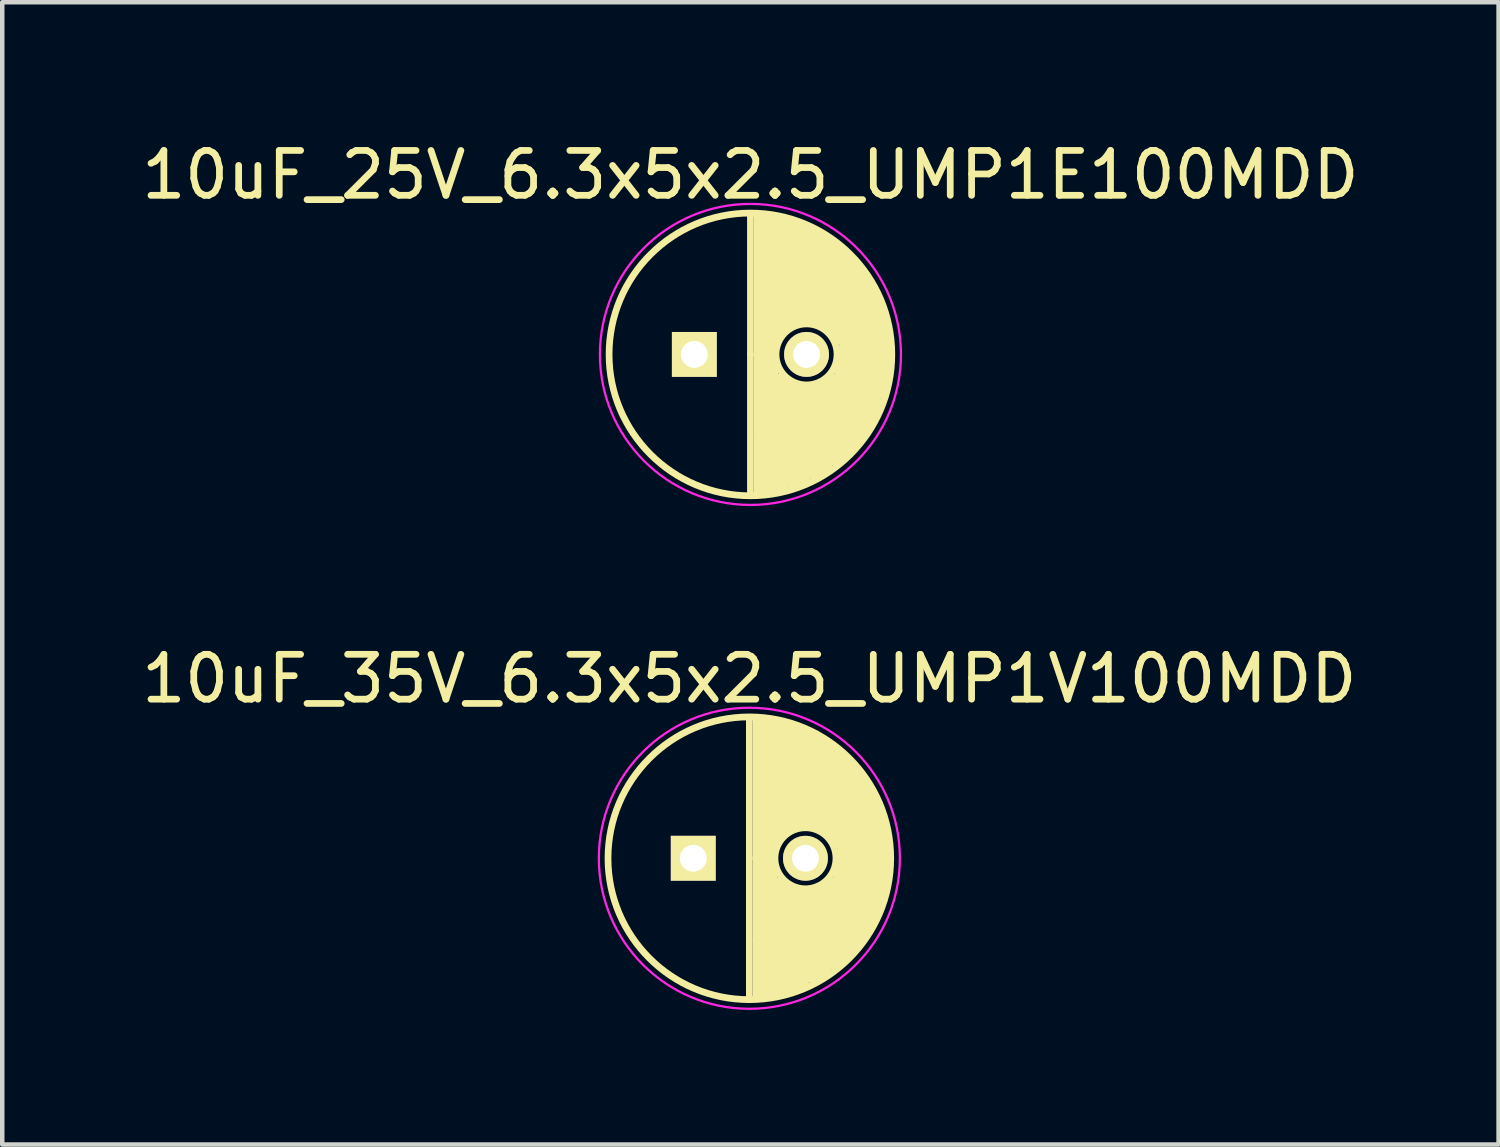
<source format=kicad_pcb>
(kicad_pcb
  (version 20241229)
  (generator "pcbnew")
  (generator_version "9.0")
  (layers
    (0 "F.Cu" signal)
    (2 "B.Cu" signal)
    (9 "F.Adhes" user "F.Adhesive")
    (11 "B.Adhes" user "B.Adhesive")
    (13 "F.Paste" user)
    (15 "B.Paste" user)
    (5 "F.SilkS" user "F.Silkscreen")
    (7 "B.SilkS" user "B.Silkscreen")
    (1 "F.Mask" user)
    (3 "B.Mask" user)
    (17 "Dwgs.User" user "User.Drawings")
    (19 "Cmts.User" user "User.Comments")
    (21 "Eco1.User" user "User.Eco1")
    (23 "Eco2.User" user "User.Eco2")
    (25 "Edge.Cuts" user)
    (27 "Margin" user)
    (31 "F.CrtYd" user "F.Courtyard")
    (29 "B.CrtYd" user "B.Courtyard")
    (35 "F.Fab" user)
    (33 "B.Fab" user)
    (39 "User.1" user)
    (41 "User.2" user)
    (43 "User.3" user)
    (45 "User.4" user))
  (footprint "10uF_35V_6.3x5x2.5_UMP1V100MDD"
    (layer "F.Cu")
    (at 13.649 16.076)
    (property "Reference" "10uF_35V_6.3x5x2.5_UMP1V100MDD" (at 0 -4 0) (layer "F.SilkS") (effects (font (size 1 1) (thickness 0.15))))
    (attr through_hole)
    (fp_line (start 0 0) (end 0 -3.1) (stroke (width 0.15) (type solid)) (layer "F.SilkS"))
    (fp_line (start 0 0) (end 0 3.1) (stroke (width 0.15) (type solid)) (layer "F.SilkS"))
    (fp_line (start 0.15 1.8) (end 0.15 -3.1) (stroke (width 0.15) (type solid)) (layer "F.SilkS"))
    (fp_line (start 0.15 3.1) (end 0.15 1.8) (stroke (width 0.15) (type solid)) (layer "F.SilkS"))
    (fp_line (start 0.25 -3.1) (end 0.25 3.1) (stroke (width 0.15) (type solid)) (layer "F.SilkS"))
    (fp_line (start 0.35 3) (end 0.35 -3) (stroke (width 0.15) (type solid)) (layer "F.SilkS"))
    (fp_line (start 0.45 -3.1) (end 0.45 3.1) (stroke (width 0.15) (type solid)) (layer "F.SilkS"))
    (fp_line (start 0.55 -3) (end 0.55 -0.2) (stroke (width 0.15) (type solid)) (layer "F.SilkS"))
    (fp_line (start 0.55 0.2) (end 0.55 3) (stroke (width 0.15) (type solid)) (layer "F.SilkS"))
    (fp_line (start 0.65 -3) (end 0.55 -3) (stroke (width 0.15) (type solid)) (layer "F.SilkS"))
    (fp_line (start 0.65 -0.4) (end 0.65 -3) (stroke (width 0.15) (type solid)) (layer "F.SilkS"))
    (fp_line (start 0.65 3) (end 0.65 0.5) (stroke (width 0.15) (type solid)) (layer "F.SilkS"))
    (fp_line (start 0.75 -3) (end 0.75 -0.6) (stroke (width 0.15) (type solid)) (layer "F.SilkS"))
    (fp_line (start 0.75 -0.6) (end 0.65 -0.4) (stroke (width 0.15) (type solid)) (layer "F.SilkS"))
    (fp_line (start 0.75 0.5) (end 0.75 3) (stroke (width 0.15) (type solid)) (layer "F.SilkS"))
    (fp_line (start 0.85 -2.9) (end 0.75 -3) (stroke (width 0.15) (type solid)) (layer "F.SilkS"))
    (fp_line (start 0.85 -0.6) (end 0.85 -2.9) (stroke (width 0.15) (type solid)) (layer "F.SilkS"))
    (fp_line (start 0.85 2.9) (end 0.85 0.6) (stroke (width 0.15) (type solid)) (layer "F.SilkS"))
    (fp_line (start 0.95 -2.9) (end 0.95 -0.7) (stroke (width 0.15) (type solid)) (layer "F.SilkS"))
    (fp_line (start 0.95 -0.7) (end 0.85 -0.6) (stroke (width 0.15) (type solid)) (layer "F.SilkS"))
    (fp_line (start 0.95 0.7) (end 0.95 2.9) (stroke (width 0.15) (type solid)) (layer "F.SilkS"))
    (fp_line (start 1.05 -2.9) (end 1.15 -2.8) (stroke (width 0.15) (type solid)) (layer "F.SilkS"))
    (fp_line (start 1.05 -2.8) (end 0.95 -2.9) (stroke (width 0.15) (type solid)) (layer "F.SilkS"))
    (fp_line (start 1.05 -0.7) (end 1.05 -2.8) (stroke (width 0.15) (type solid)) (layer "F.SilkS"))
    (fp_line (start 1.05 2.9) (end 1.05 0.7) (stroke (width 0.15) (type solid)) (layer "F.SilkS"))
    (fp_line (start 1.15 -2.8) (end 1.15 -0.7) (stroke (width 0.15) (type solid)) (layer "F.SilkS"))
    (fp_line (start 1.15 -0.7) (end 1.05 -0.7) (stroke (width 0.15) (type solid)) (layer "F.SilkS"))
    (fp_line (start 1.15 0.7) (end 1.15 2.8) (stroke (width 0.15) (type solid)) (layer "F.SilkS"))
    (fp_line (start 1.25 -2.8) (end 1.05 -2.9) (stroke (width 0.15) (type solid)) (layer "F.SilkS"))
    (fp_line (start 1.25 -0.8) (end 1.25 -2.8) (stroke (width 0.15) (type solid)) (layer "F.SilkS"))
    (fp_line (start 1.25 2.8) (end 1.25 0.8) (stroke (width 0.15) (type solid)) (layer "F.SilkS"))
    (fp_line (start 1.35 -2.8) (end 1.35 -0.7) (stroke (width 0.15) (type solid)) (layer "F.SilkS"))
    (fp_line (start 1.35 -0.7) (end 1.25 -0.8) (stroke (width 0.15) (type solid)) (layer "F.SilkS"))
    (fp_line (start 1.35 0.7) (end 1.35 2.7) (stroke (width 0.15) (type solid)) (layer "F.SilkS"))
    (fp_line (start 1.45 -2.7) (end 1.35 -2.8) (stroke (width 0.15) (type solid)) (layer "F.SilkS"))
    (fp_line (start 1.45 -0.7) (end 1.45 -2.7) (stroke (width 0.15) (type solid)) (layer "F.SilkS"))
    (fp_line (start 1.45 2.7) (end 1.45 0.7) (stroke (width 0.15) (type solid)) (layer "F.SilkS"))
    (fp_line (start 1.55 -2.7) (end 1.55 -0.7) (stroke (width 0.15) (type solid)) (layer "F.SilkS"))
    (fp_line (start 1.55 -0.7) (end 1.45 -0.7) (stroke (width 0.15) (type solid)) (layer "F.SilkS"))
    (fp_line (start 1.55 0.7) (end 1.55 2.6) (stroke (width 0.15) (type solid)) (layer "F.SilkS"))
    (fp_line (start 1.65 -2.6) (end 1.55 -2.7) (stroke (width 0.15) (type solid)) (layer "F.SilkS"))
    (fp_line (start 1.65 -2.5) (end 1.85 -2.5) (stroke (width 0.15) (type solid)) (layer "F.SilkS"))
    (fp_line (start 1.65 -0.6) (end 1.65 -2.6) (stroke (width 0.15) (type solid)) (layer "F.SilkS"))
    (fp_line (start 1.65 2.6) (end 1.65 0.6) (stroke (width 0.15) (type solid)) (layer "F.SilkS"))
    (fp_line (start 1.75 -2.5) (end 1.75 -0.6) (stroke (width 0.15) (type solid)) (layer "F.SilkS"))
    (fp_line (start 1.75 0.6) (end 1.75 2.5) (stroke (width 0.15) (type solid)) (layer "F.SilkS"))
    (fp_line (start 1.85 -0.4) (end 1.85 -2.4) (stroke (width 0.15) (type solid)) (layer "F.SilkS"))
    (fp_line (start 1.85 2.4) (end 1.85 0.5) (stroke (width 0.15) (type solid)) (layer "F.SilkS"))
    (fp_line (start 1.95 -2.4) (end 1.95 -0.3) (stroke (width 0.15) (type solid)) (layer "F.SilkS"))
    (fp_line (start 1.95 0.2) (end 1.95 0.4) (stroke (width 0.15) (type solid)) (layer "F.SilkS"))
    (fp_line (start 1.95 0.4) (end 1.95 2.4) (stroke (width 0.15) (type solid)) (layer "F.SilkS"))
    (fp_line (start 2.05 -2.3) (end 2.15 -2.2) (stroke (width 0.15) (type solid)) (layer "F.SilkS"))
    (fp_line (start 2.05 0) (end 2.05 -2.3) (stroke (width 0.15) (type solid)) (layer "F.SilkS"))
    (fp_line (start 2.05 2.3) (end 2.05 0) (stroke (width 0.15) (type solid)) (layer "F.SilkS"))
    (fp_line (start 2.15 -2.1) (end 2.15 2.2) (stroke (width 0.15) (type solid)) (layer "F.SilkS"))
    (fp_line (start 2.15 2.2) (end 2.25 2.1) (stroke (width 0.15) (type solid)) (layer "F.SilkS"))
    (fp_line (start 2.25 -2.1) (end 2.35 -1.9) (stroke (width 0.15) (type solid)) (layer "F.SilkS"))
    (fp_line (start 2.25 2.1) (end 2.25 -2.1) (stroke (width 0.15) (type solid)) (layer "F.SilkS"))
    (fp_line (start 2.35 -1.9) (end 2.35 2) (stroke (width 0.15) (type solid)) (layer "F.SilkS"))
    (fp_line (start 2.35 2) (end 2.45 1.8) (stroke (width 0.15) (type solid)) (layer "F.SilkS"))
    (fp_line (start 2.45 -1.9) (end 2.55 -1.7) (stroke (width 0.15) (type solid)) (layer "F.SilkS"))
    (fp_line (start 2.45 1.8) (end 2.45 -1.9) (stroke (width 0.15) (type solid)) (layer "F.SilkS"))
    (fp_line (start 2.55 -1.7) (end 2.55 1.7) (stroke (width 0.15) (type solid)) (layer "F.SilkS"))
    (fp_line (start 2.55 -1.7) (end 2.65 -1.5) (stroke (width 0.15) (type solid)) (layer "F.SilkS"))
    (fp_line (start 2.55 1.7) (end 2.65 1.5) (stroke (width 0.15) (type solid)) (layer "F.SilkS"))
    (fp_line (start 2.65 -1.5) (end 2.75 -1.3) (stroke (width 0.15) (type solid)) (layer "F.SilkS"))
    (fp_line (start 2.65 1.5) (end 2.65 -1.5) (stroke (width 0.15) (type solid)) (layer "F.SilkS"))
    (fp_line (start 2.75 -1.3) (end 2.75 1.4) (stroke (width 0.15) (type solid)) (layer "F.SilkS"))
    (fp_line (start 2.75 1.4) (end 2.85 1.1) (stroke (width 0.15) (type solid)) (layer "F.SilkS"))
    (fp_line (start 2.85 -1.2) (end 2.95 -0.7) (stroke (width 0.15) (type solid)) (layer "F.SilkS"))
    (fp_line (start 2.85 1.1) (end 2.85 -1.2) (stroke (width 0.15) (type solid)) (layer "F.SilkS"))
    (fp_line (start 2.95 -0.7) (end 2.95 0.9) (stroke (width 0.15) (type solid)) (layer "F.SilkS"))
    (fp_line (start 2.95 0.9) (end 3.05 0.3) (stroke (width 0.15) (type solid)) (layer "F.SilkS"))
    (fp_line (start 3.05 0.3) (end 3.05 -0.5) (stroke (width 0.15) (type solid)) (layer "F.SilkS"))
    (fp_circle (center 0 0) (end 0 3.15) (stroke (width 0.15) (type solid)) (fill no) (layer "F.SilkS"))
    (fp_circle (center 1.25 0) (end 1.65 0.55) (stroke (width 0.15) (type solid)) (fill no) (layer "F.SilkS"))
    (fp_circle (center 0 0) (end 0.6 3.3) (stroke (width 0.05) (type solid)) (fill no) (layer "F.CrtYd"))
    (pad "1" thru_hole rect (at -1.25 0) (size 1 1) (drill 0.6) (layers "*.Cu" "*.Mask" "F.SilkS"))
    (pad "2" thru_hole circle (at 1.25 0) (size 1 1) (drill 0.6) (layers "*.Cu" "*.Mask" "F.SilkS")))
  (footprint "10uF_25V_6.3x5x2.5_UMP1E100MDD"
    (layer "F.Cu")
    (at 13.673 4.848)
    (property "Reference" "10uF_25V_6.3x5x2.5_UMP1E100MDD" (at 0 -4 0) (layer "F.SilkS") (effects (font (size 1 1) (thickness 0.15))))
    (attr through_hole)
    (fp_line (start 0 0) (end 0 -3.1) (stroke (width 0.15) (type solid)) (layer "F.SilkS"))
    (fp_line (start 0 0) (end 0 3.1) (stroke (width 0.15) (type solid)) (layer "F.SilkS"))
    (fp_line (start 0.15 1.8) (end 0.15 -3.1) (stroke (width 0.15) (type solid)) (layer "F.SilkS"))
    (fp_line (start 0.15 3.1) (end 0.15 1.8) (stroke (width 0.15) (type solid)) (layer "F.SilkS"))
    (fp_line (start 0.25 -3.1) (end 0.25 3.1) (stroke (width 0.15) (type solid)) (layer "F.SilkS"))
    (fp_line (start 0.35 3) (end 0.35 -3) (stroke (width 0.15) (type solid)) (layer "F.SilkS"))
    (fp_line (start 0.45 -3.1) (end 0.45 3.1) (stroke (width 0.15) (type solid)) (layer "F.SilkS"))
    (fp_line (start 0.55 -3) (end 0.55 -0.2) (stroke (width 0.15) (type solid)) (layer "F.SilkS"))
    (fp_line (start 0.55 0.2) (end 0.55 3) (stroke (width 0.15) (type solid)) (layer "F.SilkS"))
    (fp_line (start 0.65 -3) (end 0.55 -3) (stroke (width 0.15) (type solid)) (layer "F.SilkS"))
    (fp_line (start 0.65 -0.4) (end 0.65 -3) (stroke (width 0.15) (type solid)) (layer "F.SilkS"))
    (fp_line (start 0.65 3) (end 0.65 0.5) (stroke (width 0.15) (type solid)) (layer "F.SilkS"))
    (fp_line (start 0.75 -3) (end 0.75 -0.6) (stroke (width 0.15) (type solid)) (layer "F.SilkS"))
    (fp_line (start 0.75 -0.6) (end 0.65 -0.4) (stroke (width 0.15) (type solid)) (layer "F.SilkS"))
    (fp_line (start 0.75 0.5) (end 0.75 3) (stroke (width 0.15) (type solid)) (layer "F.SilkS"))
    (fp_line (start 0.85 -2.9) (end 0.75 -3) (stroke (width 0.15) (type solid)) (layer "F.SilkS"))
    (fp_line (start 0.85 -0.6) (end 0.85 -2.9) (stroke (width 0.15) (type solid)) (layer "F.SilkS"))
    (fp_line (start 0.85 2.9) (end 0.85 0.6) (stroke (width 0.15) (type solid)) (layer "F.SilkS"))
    (fp_line (start 0.95 -2.9) (end 0.95 -0.7) (stroke (width 0.15) (type solid)) (layer "F.SilkS"))
    (fp_line (start 0.95 -0.7) (end 0.85 -0.6) (stroke (width 0.15) (type solid)) (layer "F.SilkS"))
    (fp_line (start 0.95 0.7) (end 0.95 2.9) (stroke (width 0.15) (type solid)) (layer "F.SilkS"))
    (fp_line (start 1.05 -2.9) (end 1.15 -2.8) (stroke (width 0.15) (type solid)) (layer "F.SilkS"))
    (fp_line (start 1.05 -2.8) (end 0.95 -2.9) (stroke (width 0.15) (type solid)) (layer "F.SilkS"))
    (fp_line (start 1.05 -0.7) (end 1.05 -2.8) (stroke (width 0.15) (type solid)) (layer "F.SilkS"))
    (fp_line (start 1.05 2.9) (end 1.05 0.7) (stroke (width 0.15) (type solid)) (layer "F.SilkS"))
    (fp_line (start 1.15 -2.8) (end 1.15 -0.7) (stroke (width 0.15) (type solid)) (layer "F.SilkS"))
    (fp_line (start 1.15 -0.7) (end 1.05 -0.7) (stroke (width 0.15) (type solid)) (layer "F.SilkS"))
    (fp_line (start 1.15 0.7) (end 1.15 2.8) (stroke (width 0.15) (type solid)) (layer "F.SilkS"))
    (fp_line (start 1.25 -2.8) (end 1.05 -2.9) (stroke (width 0.15) (type solid)) (layer "F.SilkS"))
    (fp_line (start 1.25 -0.8) (end 1.25 -2.8) (stroke (width 0.15) (type solid)) (layer "F.SilkS"))
    (fp_line (start 1.25 2.8) (end 1.25 0.8) (stroke (width 0.15) (type solid)) (layer "F.SilkS"))
    (fp_line (start 1.35 -2.8) (end 1.35 -0.7) (stroke (width 0.15) (type solid)) (layer "F.SilkS"))
    (fp_line (start 1.35 -0.7) (end 1.25 -0.8) (stroke (width 0.15) (type solid)) (layer "F.SilkS"))
    (fp_line (start 1.35 0.7) (end 1.35 2.7) (stroke (width 0.15) (type solid)) (layer "F.SilkS"))
    (fp_line (start 1.45 -2.7) (end 1.35 -2.8) (stroke (width 0.15) (type solid)) (layer "F.SilkS"))
    (fp_line (start 1.45 -0.7) (end 1.45 -2.7) (stroke (width 0.15) (type solid)) (layer "F.SilkS"))
    (fp_line (start 1.45 2.7) (end 1.45 0.7) (stroke (width 0.15) (type solid)) (layer "F.SilkS"))
    (fp_line (start 1.55 -2.7) (end 1.55 -0.7) (stroke (width 0.15) (type solid)) (layer "F.SilkS"))
    (fp_line (start 1.55 -0.7) (end 1.45 -0.7) (stroke (width 0.15) (type solid)) (layer "F.SilkS"))
    (fp_line (start 1.55 0.7) (end 1.55 2.6) (stroke (width 0.15) (type solid)) (layer "F.SilkS"))
    (fp_line (start 1.65 -2.6) (end 1.55 -2.7) (stroke (width 0.15) (type solid)) (layer "F.SilkS"))
    (fp_line (start 1.65 -2.5) (end 1.85 -2.5) (stroke (width 0.15) (type solid)) (layer "F.SilkS"))
    (fp_line (start 1.65 -0.6) (end 1.65 -2.6) (stroke (width 0.15) (type solid)) (layer "F.SilkS"))
    (fp_line (start 1.65 2.6) (end 1.65 0.6) (stroke (width 0.15) (type solid)) (layer "F.SilkS"))
    (fp_line (start 1.75 -2.5) (end 1.75 -0.6) (stroke (width 0.15) (type solid)) (layer "F.SilkS"))
    (fp_line (start 1.75 0.6) (end 1.75 2.5) (stroke (width 0.15) (type solid)) (layer "F.SilkS"))
    (fp_line (start 1.85 -0.4) (end 1.85 -2.4) (stroke (width 0.15) (type solid)) (layer "F.SilkS"))
    (fp_line (start 1.85 2.4) (end 1.85 0.5) (stroke (width 0.15) (type solid)) (layer "F.SilkS"))
    (fp_line (start 1.95 -2.4) (end 1.95 -0.3) (stroke (width 0.15) (type solid)) (layer "F.SilkS"))
    (fp_line (start 1.95 0.2) (end 1.95 0.4) (stroke (width 0.15) (type solid)) (layer "F.SilkS"))
    (fp_line (start 1.95 0.4) (end 1.95 2.4) (stroke (width 0.15) (type solid)) (layer "F.SilkS"))
    (fp_line (start 2.05 -2.3) (end 2.15 -2.2) (stroke (width 0.15) (type solid)) (layer "F.SilkS"))
    (fp_line (start 2.05 0) (end 2.05 -2.3) (stroke (width 0.15) (type solid)) (layer "F.SilkS"))
    (fp_line (start 2.05 2.3) (end 2.05 0) (stroke (width 0.15) (type solid)) (layer "F.SilkS"))
    (fp_line (start 2.15 -2.1) (end 2.15 2.2) (stroke (width 0.15) (type solid)) (layer "F.SilkS"))
    (fp_line (start 2.15 2.2) (end 2.25 2.1) (stroke (width 0.15) (type solid)) (layer "F.SilkS"))
    (fp_line (start 2.25 -2.1) (end 2.35 -1.9) (stroke (width 0.15) (type solid)) (layer "F.SilkS"))
    (fp_line (start 2.25 2.1) (end 2.25 -2.1) (stroke (width 0.15) (type solid)) (layer "F.SilkS"))
    (fp_line (start 2.35 -1.9) (end 2.35 2) (stroke (width 0.15) (type solid)) (layer "F.SilkS"))
    (fp_line (start 2.35 2) (end 2.45 1.8) (stroke (width 0.15) (type solid)) (layer "F.SilkS"))
    (fp_line (start 2.45 -1.9) (end 2.55 -1.7) (stroke (width 0.15) (type solid)) (layer "F.SilkS"))
    (fp_line (start 2.45 1.8) (end 2.45 -1.9) (stroke (width 0.15) (type solid)) (layer "F.SilkS"))
    (fp_line (start 2.55 -1.7) (end 2.55 1.7) (stroke (width 0.15) (type solid)) (layer "F.SilkS"))
    (fp_line (start 2.55 -1.7) (end 2.65 -1.5) (stroke (width 0.15) (type solid)) (layer "F.SilkS"))
    (fp_line (start 2.55 1.7) (end 2.65 1.5) (stroke (width 0.15) (type solid)) (layer "F.SilkS"))
    (fp_line (start 2.65 -1.5) (end 2.75 -1.3) (stroke (width 0.15) (type solid)) (layer "F.SilkS"))
    (fp_line (start 2.65 1.5) (end 2.65 -1.5) (stroke (width 0.15) (type solid)) (layer "F.SilkS"))
    (fp_line (start 2.75 -1.3) (end 2.75 1.4) (stroke (width 0.15) (type solid)) (layer "F.SilkS"))
    (fp_line (start 2.75 1.4) (end 2.85 1.1) (stroke (width 0.15) (type solid)) (layer "F.SilkS"))
    (fp_line (start 2.85 -1.2) (end 2.95 -0.7) (stroke (width 0.15) (type solid)) (layer "F.SilkS"))
    (fp_line (start 2.85 1.1) (end 2.85 -1.2) (stroke (width 0.15) (type solid)) (layer "F.SilkS"))
    (fp_line (start 2.95 -0.7) (end 2.95 0.9) (stroke (width 0.15) (type solid)) (layer "F.SilkS"))
    (fp_line (start 2.95 0.9) (end 3.05 0.3) (stroke (width 0.15) (type solid)) (layer "F.SilkS"))
    (fp_line (start 3.05 0.3) (end 3.05 -0.5) (stroke (width 0.15) (type solid)) (layer "F.SilkS"))
    (fp_circle (center 0 0) (end 0 3.15) (stroke (width 0.15) (type solid)) (fill no) (layer "F.SilkS"))
    (fp_circle (center 1.25 0) (end 1.65 0.55) (stroke (width 0.15) (type solid)) (fill no) (layer "F.SilkS"))
    (fp_circle (center 0 0) (end 0.6 3.3) (stroke (width 0.05) (type solid)) (fill no) (layer "F.CrtYd"))
    (pad "1" thru_hole rect (at -1.25 0) (size 1 1) (drill 0.6) (layers "*.Cu" "*.Mask" "F.SilkS"))
    (pad "2" thru_hole circle (at 1.25 0) (size 1 1) (drill 0.6) (layers "*.Cu" "*.Mask" "F.SilkS")))
  (gr_rect
    (start -3 -3)
    (end 30.345 22.455)
    (stroke (width 0.1) (type default))
    (fill no)
    (layer "Edge.Cuts")))
</source>
